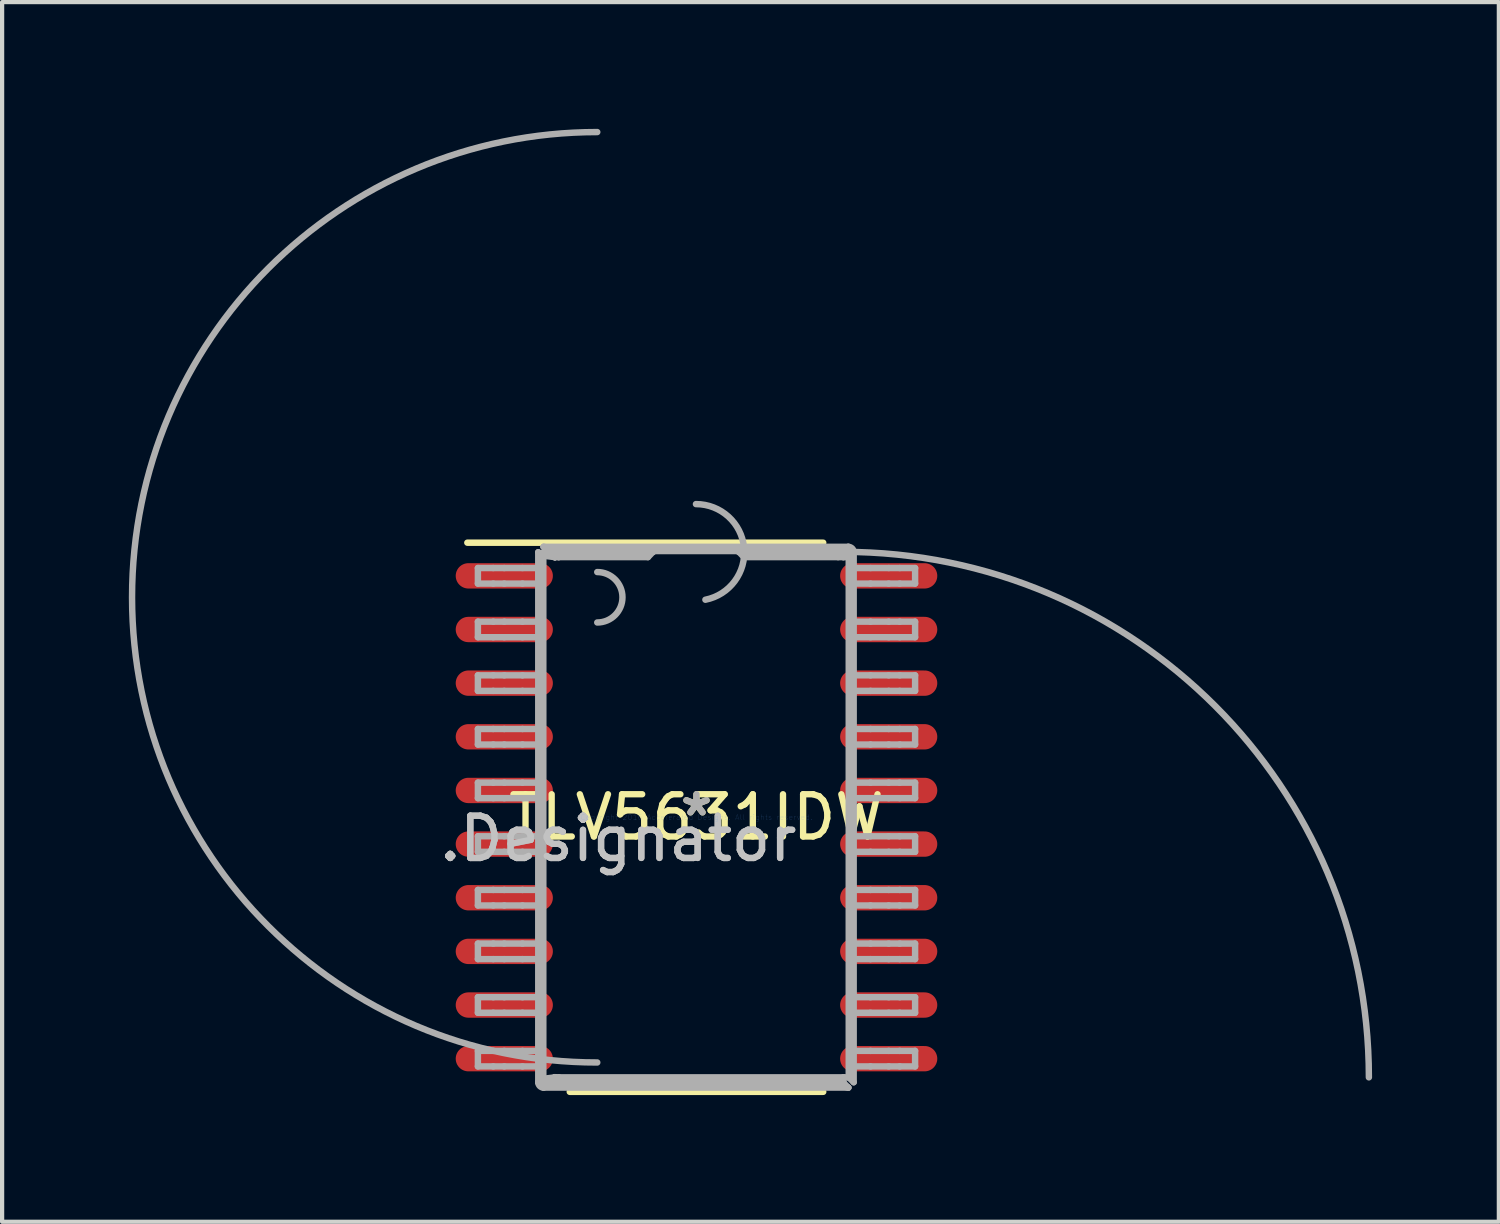
<source format=kicad_pcb>
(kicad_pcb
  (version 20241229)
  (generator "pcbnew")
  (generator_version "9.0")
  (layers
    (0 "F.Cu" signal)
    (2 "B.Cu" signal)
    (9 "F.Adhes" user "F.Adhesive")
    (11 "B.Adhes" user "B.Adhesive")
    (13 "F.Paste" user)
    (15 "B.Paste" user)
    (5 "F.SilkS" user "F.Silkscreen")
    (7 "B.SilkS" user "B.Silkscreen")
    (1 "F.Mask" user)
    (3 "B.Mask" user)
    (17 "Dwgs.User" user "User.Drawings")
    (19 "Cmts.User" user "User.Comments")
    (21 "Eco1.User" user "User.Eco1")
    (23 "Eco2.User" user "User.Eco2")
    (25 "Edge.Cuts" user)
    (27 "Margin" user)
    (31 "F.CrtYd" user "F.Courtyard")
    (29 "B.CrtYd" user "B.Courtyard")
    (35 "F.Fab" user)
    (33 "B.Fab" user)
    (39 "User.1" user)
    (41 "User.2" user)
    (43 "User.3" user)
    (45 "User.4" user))
  (footprint "TLV5631IDW"
    (layer "F.Cu")
    (at 13.438 16.297)
    (property "Reference" "TLV5631IDW" (at 0 0 0) (layer "F.SilkS") (effects (font (size 1 1) (thickness 0.15))))
    (attr through_hole)
    (fp_line (start -5.425 -6.5) (end 3 -6.5) (stroke (width 0.152) (type solid)) (layer "F.SilkS"))
    (fp_line (start -3 6.5) (end 3 6.5) (stroke (width 0.152) (type solid)) (layer "F.SilkS"))
    (fp_line (start -5.175 -5.9) (end -4.811 -5.9) (stroke (width 0.152) (type solid)) (layer "F.Fab"))
    (fp_line (start -5.175 -5.532) (end -5.175 -5.9) (stroke (width 0.152) (type solid)) (layer "F.Fab"))
    (fp_line (start -5.175 -5.532) (end -4.811 -5.532) (stroke (width 0.152) (type solid)) (layer "F.Fab"))
    (fp_line (start -5.175 -4.63) (end -4.811 -4.63) (stroke (width 0.152) (type solid)) (layer "F.Fab"))
    (fp_line (start -5.175 -4.262) (end -5.175 -4.63) (stroke (width 0.152) (type solid)) (layer "F.Fab"))
    (fp_line (start -5.175 -4.262) (end -4.811 -4.262) (stroke (width 0.152) (type solid)) (layer "F.Fab"))
    (fp_line (start -5.175 -3.36) (end -4.811 -3.36) (stroke (width 0.152) (type solid)) (layer "F.Fab"))
    (fp_line (start -5.175 -2.992) (end -5.175 -3.36) (stroke (width 0.152) (type solid)) (layer "F.Fab"))
    (fp_line (start -5.175 -2.992) (end -4.811 -2.992) (stroke (width 0.152) (type solid)) (layer "F.Fab"))
    (fp_line (start -5.175 -2.09) (end -4.811 -2.09) (stroke (width 0.152) (type solid)) (layer "F.Fab"))
    (fp_line (start -5.175 -1.722) (end -5.175 -2.09) (stroke (width 0.152) (type solid)) (layer "F.Fab"))
    (fp_line (start -5.175 -1.722) (end -4.811 -1.722) (stroke (width 0.152) (type solid)) (layer "F.Fab"))
    (fp_line (start -5.175 -0.82) (end -4.811 -0.82) (stroke (width 0.152) (type solid)) (layer "F.Fab"))
    (fp_line (start -5.175 -0.452) (end -5.175 -0.82) (stroke (width 0.152) (type solid)) (layer "F.Fab"))
    (fp_line (start -5.175 -0.452) (end -4.811 -0.452) (stroke (width 0.152) (type solid)) (layer "F.Fab"))
    (fp_line (start -5.175 0.45) (end -4.811 0.45) (stroke (width 0.152) (type solid)) (layer "F.Fab"))
    (fp_line (start -5.175 0.818) (end -5.175 0.45) (stroke (width 0.152) (type solid)) (layer "F.Fab"))
    (fp_line (start -5.175 0.818) (end -4.811 0.818) (stroke (width 0.152) (type solid)) (layer "F.Fab"))
    (fp_line (start -5.175 1.72) (end -4.811 1.72) (stroke (width 0.152) (type solid)) (layer "F.Fab"))
    (fp_line (start -5.175 2.088) (end -5.175 1.72) (stroke (width 0.152) (type solid)) (layer "F.Fab"))
    (fp_line (start -5.175 2.088) (end -4.811 2.088) (stroke (width 0.152) (type solid)) (layer "F.Fab"))
    (fp_line (start -5.175 2.99) (end -4.811 2.99) (stroke (width 0.152) (type solid)) (layer "F.Fab"))
    (fp_line (start -5.175 3.358) (end -5.175 2.99) (stroke (width 0.152) (type solid)) (layer "F.Fab"))
    (fp_line (start -5.175 3.358) (end -4.811 3.358) (stroke (width 0.152) (type solid)) (layer "F.Fab"))
    (fp_line (start -5.175 4.26) (end -4.811 4.26) (stroke (width 0.152) (type solid)) (layer "F.Fab"))
    (fp_line (start -5.175 4.628) (end -5.175 4.26) (stroke (width 0.152) (type solid)) (layer "F.Fab"))
    (fp_line (start -5.175 4.628) (end -4.811 4.628) (stroke (width 0.152) (type solid)) (layer "F.Fab"))
    (fp_line (start -5.175 5.53) (end -4.811 5.53) (stroke (width 0.152) (type solid)) (layer "F.Fab"))
    (fp_line (start -5.175 5.898) (end -5.175 5.53) (stroke (width 0.152) (type solid)) (layer "F.Fab"))
    (fp_line (start -5.175 5.898) (end -4.811 5.898) (stroke (width 0.152) (type solid)) (layer "F.Fab"))
    (fp_line (start -4.811 -5.9) (end -4.551 -5.9) (stroke (width 0.152) (type solid)) (layer "F.Fab"))
    (fp_line (start -4.811 -5.532) (end -4.551 -5.532) (stroke (width 0.152) (type solid)) (layer "F.Fab"))
    (fp_line (start -4.811 -4.63) (end -4.551 -4.63) (stroke (width 0.152) (type solid)) (layer "F.Fab"))
    (fp_line (start -4.811 -4.262) (end -4.551 -4.262) (stroke (width 0.152) (type solid)) (layer "F.Fab"))
    (fp_line (start -4.811 -3.36) (end -4.551 -3.36) (stroke (width 0.152) (type solid)) (layer "F.Fab"))
    (fp_line (start -4.811 -2.992) (end -4.551 -2.992) (stroke (width 0.152) (type solid)) (layer "F.Fab"))
    (fp_line (start -4.811 -2.09) (end -4.551 -2.09) (stroke (width 0.152) (type solid)) (layer "F.Fab"))
    (fp_line (start -4.811 -1.722) (end -4.551 -1.722) (stroke (width 0.152) (type solid)) (layer "F.Fab"))
    (fp_line (start -4.811 -0.82) (end -4.551 -0.82) (stroke (width 0.152) (type solid)) (layer "F.Fab"))
    (fp_line (start -4.811 -0.452) (end -4.551 -0.452) (stroke (width 0.152) (type solid)) (layer "F.Fab"))
    (fp_line (start -4.811 0.45) (end -4.551 0.45) (stroke (width 0.152) (type solid)) (layer "F.Fab"))
    (fp_line (start -4.811 0.818) (end -4.551 0.818) (stroke (width 0.152) (type solid)) (layer "F.Fab"))
    (fp_line (start -4.811 1.72) (end -4.551 1.72) (stroke (width 0.152) (type solid)) (layer "F.Fab"))
    (fp_line (start -4.811 2.088) (end -4.551 2.088) (stroke (width 0.152) (type solid)) (layer "F.Fab"))
    (fp_line (start -4.811 2.99) (end -4.551 2.99) (stroke (width 0.152) (type solid)) (layer "F.Fab"))
    (fp_line (start -4.811 3.358) (end -4.551 3.358) (stroke (width 0.152) (type solid)) (layer "F.Fab"))
    (fp_line (start -4.811 4.26) (end -4.551 4.26) (stroke (width 0.152) (type solid)) (layer "F.Fab"))
    (fp_line (start -4.811 4.628) (end -4.551 4.628) (stroke (width 0.152) (type solid)) (layer "F.Fab"))
    (fp_line (start -4.811 5.53) (end -4.551 5.53) (stroke (width 0.152) (type solid)) (layer "F.Fab"))
    (fp_line (start -4.811 5.898) (end -4.551 5.898) (stroke (width 0.152) (type solid)) (layer "F.Fab"))
    (fp_line (start -4.551 -5.9) (end -4.119 -5.9) (stroke (width 0.152) (type solid)) (layer "F.Fab"))
    (fp_line (start -4.551 -5.532) (end -4.119 -5.532) (stroke (width 0.152) (type solid)) (layer "F.Fab"))
    (fp_line (start -4.551 -4.63) (end -4.119 -4.63) (stroke (width 0.152) (type solid)) (layer "F.Fab"))
    (fp_line (start -4.551 -4.262) (end -4.119 -4.262) (stroke (width 0.152) (type solid)) (layer "F.Fab"))
    (fp_line (start -4.551 -3.36) (end -4.119 -3.36) (stroke (width 0.152) (type solid)) (layer "F.Fab"))
    (fp_line (start -4.551 -2.992) (end -4.119 -2.992) (stroke (width 0.152) (type solid)) (layer "F.Fab"))
    (fp_line (start -4.551 -2.09) (end -4.119 -2.09) (stroke (width 0.152) (type solid)) (layer "F.Fab"))
    (fp_line (start -4.551 -1.722) (end -4.119 -1.722) (stroke (width 0.152) (type solid)) (layer "F.Fab"))
    (fp_line (start -4.551 -0.82) (end -4.119 -0.82) (stroke (width 0.152) (type solid)) (layer "F.Fab"))
    (fp_line (start -4.551 -0.452) (end -4.119 -0.452) (stroke (width 0.152) (type solid)) (layer "F.Fab"))
    (fp_line (start -4.551 0.45) (end -4.119 0.45) (stroke (width 0.152) (type solid)) (layer "F.Fab"))
    (fp_line (start -4.551 0.818) (end -4.119 0.818) (stroke (width 0.152) (type solid)) (layer "F.Fab"))
    (fp_line (start -4.551 1.72) (end -4.119 1.72) (stroke (width 0.152) (type solid)) (layer "F.Fab"))
    (fp_line (start -4.551 2.088) (end -4.119 2.088) (stroke (width 0.152) (type solid)) (layer "F.Fab"))
    (fp_line (start -4.551 2.99) (end -4.119 2.99) (stroke (width 0.152) (type solid)) (layer "F.Fab"))
    (fp_line (start -4.551 3.358) (end -4.119 3.358) (stroke (width 0.152) (type solid)) (layer "F.Fab"))
    (fp_line (start -4.551 4.26) (end -4.119 4.26) (stroke (width 0.152) (type solid)) (layer "F.Fab"))
    (fp_line (start -4.551 4.628) (end -4.119 4.628) (stroke (width 0.152) (type solid)) (layer "F.Fab"))
    (fp_line (start -4.551 5.53) (end -4.119 5.53) (stroke (width 0.152) (type solid)) (layer "F.Fab"))
    (fp_line (start -4.551 5.898) (end -4.119 5.898) (stroke (width 0.152) (type solid)) (layer "F.Fab"))
    (fp_line (start -4.119 -5.9) (end -3.746 -5.9) (stroke (width 0.152) (type solid)) (layer "F.Fab"))
    (fp_line (start -4.119 -5.532) (end -3.746 -5.532) (stroke (width 0.152) (type solid)) (layer "F.Fab"))
    (fp_line (start -4.119 -4.63) (end -3.746 -4.63) (stroke (width 0.152) (type solid)) (layer "F.Fab"))
    (fp_line (start -4.119 -4.262) (end -3.746 -4.262) (stroke (width 0.152) (type solid)) (layer "F.Fab"))
    (fp_line (start -4.119 -3.36) (end -3.746 -3.36) (stroke (width 0.152) (type solid)) (layer "F.Fab"))
    (fp_line (start -4.119 -2.992) (end -3.746 -2.992) (stroke (width 0.152) (type solid)) (layer "F.Fab"))
    (fp_line (start -4.119 -2.09) (end -3.746 -2.09) (stroke (width 0.152) (type solid)) (layer "F.Fab"))
    (fp_line (start -4.119 -1.722) (end -3.746 -1.722) (stroke (width 0.152) (type solid)) (layer "F.Fab"))
    (fp_line (start -4.119 -0.82) (end -3.746 -0.82) (stroke (width 0.152) (type solid)) (layer "F.Fab"))
    (fp_line (start -4.119 -0.452) (end -3.746 -0.452) (stroke (width 0.152) (type solid)) (layer "F.Fab"))
    (fp_line (start -4.119 0.45) (end -3.746 0.45) (stroke (width 0.152) (type solid)) (layer "F.Fab"))
    (fp_line (start -4.119 0.818) (end -3.746 0.818) (stroke (width 0.152) (type solid)) (layer "F.Fab"))
    (fp_line (start -4.119 1.72) (end -3.746 1.72) (stroke (width 0.152) (type solid)) (layer "F.Fab"))
    (fp_line (start -4.119 2.088) (end -3.746 2.088) (stroke (width 0.152) (type solid)) (layer "F.Fab"))
    (fp_line (start -4.119 2.99) (end -3.746 2.99) (stroke (width 0.152) (type solid)) (layer "F.Fab"))
    (fp_line (start -4.119 3.358) (end -3.746 3.358) (stroke (width 0.152) (type solid)) (layer "F.Fab"))
    (fp_line (start -4.119 4.26) (end -3.746 4.26) (stroke (width 0.152) (type solid)) (layer "F.Fab"))
    (fp_line (start -4.119 4.628) (end -3.746 4.628) (stroke (width 0.152) (type solid)) (layer "F.Fab"))
    (fp_line (start -4.119 5.53) (end -3.746 5.53) (stroke (width 0.152) (type solid)) (layer "F.Fab"))
    (fp_line (start -4.119 5.898) (end -3.746 5.898) (stroke (width 0.152) (type solid)) (layer "F.Fab"))
    (fp_line (start -3.746 -6.275) (end -3.663 -6.192) (stroke (width 0.152) (type solid)) (layer "F.Fab"))
    (fp_line (start -3.746 -5.532) (end -3.746 -5.9) (stroke (width 0.152) (type solid)) (layer "F.Fab"))
    (fp_line (start -3.746 6.273) (end -3.746 -6.275) (stroke (width 0.152) (type solid)) (layer "F.Fab"))
    (fp_line (start -3.746 6.273) (end -3.663 6.19) (stroke (width 0.152) (type solid)) (layer "F.Fab"))
    (fp_line (start -3.663 -6.192) (end -3.626 -6.192) (stroke (width 0.152) (type solid)) (layer "F.Fab"))
    (fp_line (start -3.663 6.19) (end -3.663 -6.192) (stroke (width 0.152) (type solid)) (layer "F.Fab"))
    (fp_line (start -3.663 6.19) (end -3.626 6.19) (stroke (width 0.152) (type solid)) (layer "F.Fab"))
    (fp_line (start -3.627 -6.188) (end -3.627 -6.189) (stroke (width 0.152) (type solid)) (layer "F.Fab"))
    (fp_line (start -3.627 6.186) (end -3.627 6.188) (stroke (width 0.152) (type solid)) (layer "F.Fab"))
    (fp_line (start -3.627 -6.189) (end -3.626 -6.191) (stroke (width 0.152) (type solid)) (layer "F.Fab"))
    (fp_line (start -3.627 6.188) (end -3.626 6.19) (stroke (width 0.152) (type solid)) (layer "F.Fab"))
    (fp_line (start -3.626 -6.191) (end -3.626 -6.193) (stroke (width 0.152) (type solid)) (layer "F.Fab"))
    (fp_line (start -3.626 6.19) (end -3.626 6.192) (stroke (width 0.152) (type solid)) (layer "F.Fab"))
    (fp_line (start -3.626 -6.192) (end -3.352 -6.158) (stroke (width 0.152) (type solid)) (layer "F.Fab"))
    (fp_line (start -3.626 6.19) (end -3.626 -6.192) (stroke (width 0.152) (type solid)) (layer "F.Fab"))
    (fp_line (start -3.626 6.19) (end -3.352 6.157) (stroke (width 0.152) (type solid)) (layer "F.Fab"))
    (fp_line (start -3.626 -6.193) (end -3.626 -6.195) (stroke (width 0.152) (type solid)) (layer "F.Fab"))
    (fp_line (start -3.626 6.192) (end -3.626 6.194) (stroke (width 0.152) (type solid)) (layer "F.Fab"))
    (fp_line (start -3.626 -6.195) (end -3.626 -6.197) (stroke (width 0.152) (type solid)) (layer "F.Fab"))
    (fp_line (start -3.626 6.194) (end -3.626 6.196) (stroke (width 0.152) (type solid)) (layer "F.Fab"))
    (fp_line (start -3.626 -6.197) (end -3.626 -6.199) (stroke (width 0.152) (type solid)) (layer "F.Fab"))
    (fp_line (start -3.626 6.196) (end -3.626 6.198) (stroke (width 0.152) (type solid)) (layer "F.Fab"))
    (fp_line (start -3.626 -6.199) (end -3.626 -6.201) (stroke (width 0.152) (type solid)) (layer "F.Fab"))
    (fp_line (start -3.626 6.198) (end -3.626 6.2) (stroke (width 0.152) (type solid)) (layer "F.Fab"))
    (fp_line (start -3.626 -6.201) (end -3.625 -6.203) (stroke (width 0.152) (type solid)) (layer "F.Fab"))
    (fp_line (start -3.626 6.2) (end -3.625 6.202) (stroke (width 0.152) (type solid)) (layer "F.Fab"))
    (fp_line (start -3.625 -6.203) (end -3.625 -6.205) (stroke (width 0.152) (type solid)) (layer "F.Fab"))
    (fp_line (start -3.625 6.202) (end -3.625 6.204) (stroke (width 0.152) (type solid)) (layer "F.Fab"))
    (fp_line (start -3.625 -6.205) (end -3.625 -6.207) (stroke (width 0.152) (type solid)) (layer "F.Fab"))
    (fp_line (start -3.625 6.204) (end -3.625 6.206) (stroke (width 0.152) (type solid)) (layer "F.Fab"))
    (fp_line (start -3.625 -6.207) (end -3.625 -6.209) (stroke (width 0.152) (type solid)) (layer "F.Fab"))
    (fp_line (start -3.625 6.206) (end -3.625 6.208) (stroke (width 0.152) (type solid)) (layer "F.Fab"))
    (fp_line (start -3.625 -6.209) (end -3.624 -6.211) (stroke (width 0.152) (type solid)) (layer "F.Fab"))
    (fp_line (start -3.625 6.208) (end -3.624 6.21) (stroke (width 0.152) (type solid)) (layer "F.Fab"))
    (fp_line (start -3.624 -6.211) (end -3.624 -6.213) (stroke (width 0.152) (type solid)) (layer "F.Fab"))
    (fp_line (start -3.624 6.21) (end -3.624 6.212) (stroke (width 0.152) (type solid)) (layer "F.Fab"))
    (fp_line (start -3.624 -6.213) (end -3.624 -6.215) (stroke (width 0.152) (type solid)) (layer "F.Fab"))
    (fp_line (start -3.624 6.212) (end -3.624 6.213) (stroke (width 0.152) (type solid)) (layer "F.Fab"))
    (fp_line (start -3.624 -6.215) (end -3.623 -6.217) (stroke (width 0.152) (type solid)) (layer "F.Fab"))
    (fp_line (start -3.624 6.213) (end -3.623 6.215) (stroke (width 0.152) (type solid)) (layer "F.Fab"))
    (fp_line (start -3.623 -6.217) (end -3.623 -6.219) (stroke (width 0.152) (type solid)) (layer "F.Fab"))
    (fp_line (start -3.623 6.215) (end -3.623 6.217) (stroke (width 0.152) (type solid)) (layer "F.Fab"))
    (fp_line (start -3.623 -6.219) (end -3.622 -6.221) (stroke (width 0.152) (type solid)) (layer "F.Fab"))
    (fp_line (start -3.623 6.217) (end -3.622 6.219) (stroke (width 0.152) (type solid)) (layer "F.Fab"))
    (fp_line (start -3.622 -6.221) (end -3.622 -6.223) (stroke (width 0.152) (type solid)) (layer "F.Fab"))
    (fp_line (start -3.622 6.219) (end -3.622 6.221) (stroke (width 0.152) (type solid)) (layer "F.Fab"))
    (fp_line (start -3.622 -6.223) (end -3.621 -6.225) (stroke (width 0.152) (type solid)) (layer "F.Fab"))
    (fp_line (start -3.622 6.221) (end -3.621 6.223) (stroke (width 0.152) (type solid)) (layer "F.Fab"))
    (fp_line (start -3.621 -6.225) (end -3.621 -6.227) (stroke (width 0.152) (type solid)) (layer "F.Fab"))
    (fp_line (start -3.621 6.223) (end -3.621 6.225) (stroke (width 0.152) (type solid)) (layer "F.Fab"))
    (fp_line (start -3.621 -6.227) (end -3.62 -6.229) (stroke (width 0.152) (type solid)) (layer "F.Fab"))
    (fp_line (start -3.621 6.225) (end -3.62 6.227) (stroke (width 0.152) (type solid)) (layer "F.Fab"))
    (fp_line (start -3.62 -6.229) (end -3.62 -6.231) (stroke (width 0.152) (type solid)) (layer "F.Fab"))
    (fp_line (start -3.62 6.227) (end -3.62 6.229) (stroke (width 0.152) (type solid)) (layer "F.Fab"))
    (fp_line (start -3.62 -6.231) (end -3.619 -6.232) (stroke (width 0.152) (type solid)) (layer "F.Fab"))
    (fp_line (start -3.62 6.229) (end -3.619 6.231) (stroke (width 0.152) (type solid)) (layer "F.Fab"))
    (fp_line (start -3.62 -6.402) (end -3.537 -6.318) (stroke (width 0.152) (type solid)) (layer "F.Fab"))
    (fp_line (start -3.62 -6.402) (end 3.595 -6.402) (stroke (width 0.152) (type solid)) (layer "F.Fab"))
    (fp_line (start -3.62 6.4) (end -3.537 6.316) (stroke (width 0.152) (type solid)) (layer "F.Fab"))
    (fp_line (start -3.62 6.4) (end 3.595 6.4) (stroke (width 0.152) (type solid)) (layer "F.Fab"))
    (fp_line (start -3.619 -6.232) (end -3.619 -6.234) (stroke (width 0.152) (type solid)) (layer "F.Fab"))
    (fp_line (start -3.619 6.231) (end -3.619 6.233) (stroke (width 0.152) (type solid)) (layer "F.Fab"))
    (fp_line (start -3.619 -6.234) (end -3.618 -6.236) (stroke (width 0.152) (type solid)) (layer "F.Fab"))
    (fp_line (start -3.619 6.233) (end -3.618 6.235) (stroke (width 0.152) (type solid)) (layer "F.Fab"))
    (fp_line (start -3.618 -6.236) (end -3.617 -6.238) (stroke (width 0.152) (type solid)) (layer "F.Fab"))
    (fp_line (start -3.618 6.235) (end -3.617 6.236) (stroke (width 0.152) (type solid)) (layer "F.Fab"))
    (fp_line (start -3.617 -6.238) (end -3.617 -6.24) (stroke (width 0.152) (type solid)) (layer "F.Fab"))
    (fp_line (start -3.617 6.236) (end -3.617 6.238) (stroke (width 0.152) (type solid)) (layer "F.Fab"))
    (fp_line (start -3.617 -6.24) (end -3.616 -6.242) (stroke (width 0.152) (type solid)) (layer "F.Fab"))
    (fp_line (start -3.617 6.238) (end -3.616 6.24) (stroke (width 0.152) (type solid)) (layer "F.Fab"))
    (fp_line (start -3.616 -6.242) (end -3.615 -6.244) (stroke (width 0.152) (type solid)) (layer "F.Fab"))
    (fp_line (start -3.616 6.24) (end -3.615 6.242) (stroke (width 0.152) (type solid)) (layer "F.Fab"))
    (fp_line (start -3.615 -6.244) (end -3.615 -6.245) (stroke (width 0.152) (type solid)) (layer "F.Fab"))
    (fp_line (start -3.615 6.242) (end -3.615 6.244) (stroke (width 0.152) (type solid)) (layer "F.Fab"))
    (fp_line (start -3.615 -6.245) (end -3.614 -6.247) (stroke (width 0.152) (type solid)) (layer "F.Fab"))
    (fp_line (start -3.615 6.244) (end -3.614 6.245) (stroke (width 0.152) (type solid)) (layer "F.Fab"))
    (fp_line (start -3.614 -6.247) (end -3.613 -6.249) (stroke (width 0.152) (type solid)) (layer "F.Fab"))
    (fp_line (start -3.614 6.245) (end -3.613 6.247) (stroke (width 0.152) (type solid)) (layer "F.Fab"))
    (fp_line (start -3.613 -6.249) (end -3.613 -6.251) (stroke (width 0.152) (type solid)) (layer "F.Fab"))
    (fp_line (start -3.613 6.247) (end -3.613 6.249) (stroke (width 0.152) (type solid)) (layer "F.Fab"))
    (fp_line (start -3.613 -6.251) (end -3.612 -6.253) (stroke (width 0.152) (type solid)) (layer "F.Fab"))
    (fp_line (start -3.613 6.249) (end -3.612 6.251) (stroke (width 0.152) (type solid)) (layer "F.Fab"))
    (fp_line (start -3.612 -6.253) (end -3.611 -6.254) (stroke (width 0.152) (type solid)) (layer "F.Fab"))
    (fp_line (start -3.612 6.251) (end -3.611 6.253) (stroke (width 0.152) (type solid)) (layer "F.Fab"))
    (fp_line (start -3.611 -6.254) (end -3.61 -6.256) (stroke (width 0.152) (type solid)) (layer "F.Fab"))
    (fp_line (start -3.611 6.253) (end -3.61 6.254) (stroke (width 0.152) (type solid)) (layer "F.Fab"))
    (fp_line (start -3.61 -6.256) (end -3.609 -6.258) (stroke (width 0.152) (type solid)) (layer "F.Fab"))
    (fp_line (start -3.61 6.254) (end -3.609 6.256) (stroke (width 0.152) (type solid)) (layer "F.Fab"))
    (fp_line (start -3.609 -6.258) (end -3.609 -6.259) (stroke (width 0.152) (type solid)) (layer "F.Fab"))
    (fp_line (start -3.609 6.256) (end -3.609 6.258) (stroke (width 0.152) (type solid)) (layer "F.Fab"))
    (fp_line (start -3.609 -6.259) (end -3.608 -6.261) (stroke (width 0.152) (type solid)) (layer "F.Fab"))
    (fp_line (start -3.609 6.258) (end -3.608 6.259) (stroke (width 0.152) (type solid)) (layer "F.Fab"))
    (fp_line (start -3.608 -6.261) (end -3.607 -6.263) (stroke (width 0.152) (type solid)) (layer "F.Fab"))
    (fp_line (start -3.608 6.259) (end -3.607 6.261) (stroke (width 0.152) (type solid)) (layer "F.Fab"))
    (fp_line (start -3.607 -6.263) (end -3.606 -6.264) (stroke (width 0.152) (type solid)) (layer "F.Fab"))
    (fp_line (start -3.607 6.261) (end -3.606 6.263) (stroke (width 0.152) (type solid)) (layer "F.Fab"))
    (fp_line (start -3.606 -6.264) (end -3.605 -6.266) (stroke (width 0.152) (type solid)) (layer "F.Fab"))
    (fp_line (start -3.606 6.263) (end -3.605 6.264) (stroke (width 0.152) (type solid)) (layer "F.Fab"))
    (fp_line (start -3.605 -6.266) (end -3.604 -6.268) (stroke (width 0.152) (type solid)) (layer "F.Fab"))
    (fp_line (start -3.605 6.264) (end -3.604 6.266) (stroke (width 0.152) (type solid)) (layer "F.Fab"))
    (fp_line (start -3.604 -6.268) (end -3.603 -6.269) (stroke (width 0.152) (type solid)) (layer "F.Fab"))
    (fp_line (start -3.604 6.266) (end -3.603 6.267) (stroke (width 0.152) (type solid)) (layer "F.Fab"))
    (fp_line (start -3.603 -6.269) (end -3.602 -6.271) (stroke (width 0.152) (type solid)) (layer "F.Fab"))
    (fp_line (start -3.603 6.267) (end -3.602 6.269) (stroke (width 0.152) (type solid)) (layer "F.Fab"))
    (fp_line (start -3.602 -6.271) (end -3.601 -6.272) (stroke (width 0.152) (type solid)) (layer "F.Fab"))
    (fp_line (start -3.602 6.269) (end -3.601 6.271) (stroke (width 0.152) (type solid)) (layer "F.Fab"))
    (fp_line (start -3.601 -6.272) (end -3.6 -6.274) (stroke (width 0.152) (type solid)) (layer "F.Fab"))
    (fp_line (start -3.601 6.271) (end -3.6 6.272) (stroke (width 0.152) (type solid)) (layer "F.Fab"))
    (fp_line (start -3.6 -6.274) (end -3.599 -6.275) (stroke (width 0.152) (type solid)) (layer "F.Fab"))
    (fp_line (start -3.6 6.272) (end -3.599 6.274) (stroke (width 0.152) (type solid)) (layer "F.Fab"))
    (fp_line (start -3.599 -6.275) (end -3.598 -6.277) (stroke (width 0.152) (type solid)) (layer "F.Fab"))
    (fp_line (start -3.599 6.274) (end -3.598 6.275) (stroke (width 0.152) (type solid)) (layer "F.Fab"))
    (fp_line (start -3.598 -6.277) (end -3.597 -6.278) (stroke (width 0.152) (type solid)) (layer "F.Fab"))
    (fp_line (start -3.598 6.275) (end -3.597 6.277) (stroke (width 0.152) (type solid)) (layer "F.Fab"))
    (fp_line (start -3.597 -6.278) (end -3.596 -6.28) (stroke (width 0.152) (type solid)) (layer "F.Fab"))
    (fp_line (start -3.597 6.277) (end -3.596 6.278) (stroke (width 0.152) (type solid)) (layer "F.Fab"))
    (fp_line (start -3.596 -6.28) (end -3.595 -6.281) (stroke (width 0.152) (type solid)) (layer "F.Fab"))
    (fp_line (start -3.596 6.278) (end -3.595 6.279) (stroke (width 0.152) (type solid)) (layer "F.Fab"))
    (fp_line (start -3.595 -6.281) (end -3.594 -6.283) (stroke (width 0.152) (type solid)) (layer "F.Fab"))
    (fp_line (start -3.595 6.279) (end -3.594 6.281) (stroke (width 0.152) (type solid)) (layer "F.Fab"))
    (fp_line (start -3.594 -6.283) (end -3.593 -6.284) (stroke (width 0.152) (type solid)) (layer "F.Fab"))
    (fp_line (start -3.594 6.281) (end -3.593 6.282) (stroke (width 0.152) (type solid)) (layer "F.Fab"))
    (fp_line (start -3.593 -6.284) (end -3.592 -6.285) (stroke (width 0.152) (type solid)) (layer "F.Fab"))
    (fp_line (start -3.593 6.282) (end -3.592 6.284) (stroke (width 0.152) (type solid)) (layer "F.Fab"))
    (fp_line (start -3.592 -6.285) (end -3.591 -6.287) (stroke (width 0.152) (type solid)) (layer "F.Fab"))
    (fp_line (start -3.592 6.284) (end -3.591 6.285) (stroke (width 0.152) (type solid)) (layer "F.Fab"))
    (fp_line (start -3.591 -6.287) (end -3.589 -6.288) (stroke (width 0.152) (type solid)) (layer "F.Fab"))
    (fp_line (start -3.591 6.285) (end -3.589 6.286) (stroke (width 0.152) (type solid)) (layer "F.Fab"))
    (fp_line (start -3.589 -6.288) (end -3.588 -6.289) (stroke (width 0.152) (type solid)) (layer "F.Fab"))
    (fp_line (start -3.589 6.286) (end -3.588 6.287) (stroke (width 0.152) (type solid)) (layer "F.Fab"))
    (fp_line (start -3.588 -6.289) (end -3.587 -6.29) (stroke (width 0.152) (type solid)) (layer "F.Fab"))
    (fp_line (start -3.588 6.287) (end -3.587 6.289) (stroke (width 0.152) (type solid)) (layer "F.Fab"))
    (fp_line (start -3.587 -6.29) (end -3.586 -6.292) (stroke (width 0.152) (type solid)) (layer "F.Fab"))
    (fp_line (start -3.587 6.289) (end -3.586 6.29) (stroke (width 0.152) (type solid)) (layer "F.Fab"))
    (fp_line (start -3.586 -6.292) (end -3.585 -6.293) (stroke (width 0.152) (type solid)) (layer "F.Fab"))
    (fp_line (start -3.586 6.29) (end -3.585 6.291) (stroke (width 0.152) (type solid)) (layer "F.Fab"))
    (fp_line (start -3.585 -6.293) (end -3.583 -6.294) (stroke (width 0.152) (type solid)) (layer "F.Fab"))
    (fp_line (start -3.585 6.291) (end -3.583 6.292) (stroke (width 0.152) (type solid)) (layer "F.Fab"))
    (fp_line (start -3.583 -6.294) (end -3.582 -6.295) (stroke (width 0.152) (type solid)) (layer "F.Fab"))
    (fp_line (start -3.583 6.292) (end -3.582 6.294) (stroke (width 0.152) (type solid)) (layer "F.Fab"))
    (fp_line (start -3.582 -6.295) (end -3.581 -6.296) (stroke (width 0.152) (type solid)) (layer "F.Fab"))
    (fp_line (start -3.582 6.294) (end -3.581 6.295) (stroke (width 0.152) (type solid)) (layer "F.Fab"))
    (fp_line (start -3.581 -6.296) (end -3.58 -6.297) (stroke (width 0.152) (type solid)) (layer "F.Fab"))
    (fp_line (start -3.581 6.295) (end -3.58 6.296) (stroke (width 0.152) (type solid)) (layer "F.Fab"))
    (fp_line (start -3.58 -6.297) (end -3.579 -6.299) (stroke (width 0.152) (type solid)) (layer "F.Fab"))
    (fp_line (start -3.58 6.296) (end -3.579 6.297) (stroke (width 0.152) (type solid)) (layer "F.Fab"))
    (fp_line (start -3.579 -6.299) (end -3.577 -6.3) (stroke (width 0.152) (type solid)) (layer "F.Fab"))
    (fp_line (start -3.579 6.297) (end -3.577 6.298) (stroke (width 0.152) (type solid)) (layer "F.Fab"))
    (fp_line (start -3.577 -6.3) (end -3.576 -6.301) (stroke (width 0.152) (type solid)) (layer "F.Fab"))
    (fp_line (start -3.577 6.298) (end -3.576 6.299) (stroke (width 0.152) (type solid)) (layer "F.Fab"))
    (fp_line (start -3.576 -6.301) (end -3.575 -6.302) (stroke (width 0.152) (type solid)) (layer "F.Fab"))
    (fp_line (start -3.576 6.299) (end -3.575 6.3) (stroke (width 0.152) (type solid)) (layer "F.Fab"))
    (fp_line (start -3.575 -6.302) (end -3.573 -6.303) (stroke (width 0.152) (type solid)) (layer "F.Fab"))
    (fp_line (start -3.575 6.3) (end -3.573 6.301) (stroke (width 0.152) (type solid)) (layer "F.Fab"))
    (fp_line (start -3.573 -6.303) (end -3.572 -6.304) (stroke (width 0.152) (type solid)) (layer "F.Fab"))
    (fp_line (start -3.573 6.301) (end -3.572 6.302) (stroke (width 0.152) (type solid)) (layer "F.Fab"))
    (fp_line (start -3.572 -6.304) (end -3.571 -6.305) (stroke (width 0.152) (type solid)) (layer "F.Fab"))
    (fp_line (start -3.572 6.302) (end -3.571 6.303) (stroke (width 0.152) (type solid)) (layer "F.Fab"))
    (fp_line (start -3.571 -6.305) (end -3.57 -6.305) (stroke (width 0.152) (type solid)) (layer "F.Fab"))
    (fp_line (start -3.571 6.303) (end -3.57 6.304) (stroke (width 0.152) (type solid)) (layer "F.Fab"))
    (fp_line (start -3.57 -6.305) (end -3.568 -6.306) (stroke (width 0.152) (type solid)) (layer "F.Fab"))
    (fp_line (start -3.57 6.304) (end -3.568 6.305) (stroke (width 0.152) (type solid)) (layer "F.Fab"))
    (fp_line (start -3.568 -6.306) (end -3.567 -6.307) (stroke (width 0.152) (type solid)) (layer "F.Fab"))
    (fp_line (start -3.568 6.305) (end -3.567 6.305) (stroke (width 0.152) (type solid)) (layer "F.Fab"))
    (fp_line (start -3.567 -6.307) (end -3.566 -6.308) (stroke (width 0.152) (type solid)) (layer "F.Fab"))
    (fp_line (start -3.567 6.305) (end -3.566 6.306) (stroke (width 0.152) (type solid)) (layer "F.Fab"))
    (fp_line (start -3.566 -6.308) (end -3.564 -6.309) (stroke (width 0.152) (type solid)) (layer "F.Fab"))
    (fp_line (start -3.566 6.306) (end -3.564 6.307) (stroke (width 0.152) (type solid)) (layer "F.Fab"))
    (fp_line (start -3.564 -6.309) (end -3.563 -6.309) (stroke (width 0.152) (type solid)) (layer "F.Fab"))
    (fp_line (start -3.564 6.307) (end -3.563 6.308) (stroke (width 0.152) (type solid)) (layer "F.Fab"))
    (fp_line (start -3.563 -6.309) (end -3.562 -6.31) (stroke (width 0.152) (type solid)) (layer "F.Fab"))
    (fp_line (start -3.563 6.308) (end -3.562 6.308) (stroke (width 0.152) (type solid)) (layer "F.Fab"))
    (fp_line (start -3.562 -6.31) (end -3.56 -6.311) (stroke (width 0.152) (type solid)) (layer "F.Fab"))
    (fp_line (start -3.562 6.308) (end -3.56 6.309) (stroke (width 0.152) (type solid)) (layer "F.Fab"))
    (fp_line (start -3.56 -6.311) (end -3.559 -6.312) (stroke (width 0.152) (type solid)) (layer "F.Fab"))
    (fp_line (start -3.56 6.309) (end -3.559 6.31) (stroke (width 0.152) (type solid)) (layer "F.Fab"))
    (fp_line (start -3.559 -6.312) (end -3.557 -6.312) (stroke (width 0.152) (type solid)) (layer "F.Fab"))
    (fp_line (start -3.559 6.31) (end -3.557 6.31) (stroke (width 0.152) (type solid)) (layer "F.Fab"))
    (fp_line (start -3.557 -6.312) (end -3.556 -6.313) (stroke (width 0.152) (type solid)) (layer "F.Fab"))
    (fp_line (start -3.557 6.31) (end -3.556 6.311) (stroke (width 0.152) (type solid)) (layer "F.Fab"))
    (fp_line (start -3.556 -6.313) (end -3.555 -6.313) (stroke (width 0.152) (type solid)) (layer "F.Fab"))
    (fp_line (start -3.556 6.311) (end -3.555 6.312) (stroke (width 0.152) (type solid)) (layer "F.Fab"))
    (fp_line (start -3.555 -6.313) (end -3.553 -6.314) (stroke (width 0.152) (type solid)) (layer "F.Fab"))
    (fp_line (start -3.555 6.312) (end -3.553 6.312) (stroke (width 0.152) (type solid)) (layer "F.Fab"))
    (fp_line (start -3.553 -6.314) (end -3.552 -6.314) (stroke (width 0.152) (type solid)) (layer "F.Fab"))
    (fp_line (start -3.553 6.312) (end -3.552 6.313) (stroke (width 0.152) (type solid)) (layer "F.Fab"))
    (fp_line (start -3.552 -6.314) (end -3.55 -6.315) (stroke (width 0.152) (type solid)) (layer "F.Fab"))
    (fp_line (start -3.552 6.313) (end -3.55 6.313) (stroke (width 0.152) (type solid)) (layer "F.Fab"))
    (fp_line (start -3.55 -6.315) (end -3.549 -6.315) (stroke (width 0.152) (type solid)) (layer "F.Fab"))
    (fp_line (start -3.55 6.313) (end -3.549 6.314) (stroke (width 0.152) (type solid)) (layer "F.Fab"))
    (fp_line (start -3.549 -6.315) (end -3.548 -6.316) (stroke (width 0.152) (type solid)) (layer "F.Fab"))
    (fp_line (start -3.549 6.314) (end -3.548 6.314) (stroke (width 0.152) (type solid)) (layer "F.Fab"))
    (fp_line (start -3.548 -6.316) (end -3.546 -6.316) (stroke (width 0.152) (type solid)) (layer "F.Fab"))
    (fp_line (start -3.548 6.314) (end -3.546 6.315) (stroke (width 0.152) (type solid)) (layer "F.Fab"))
    (fp_line (start -3.546 -6.316) (end -3.545 -6.317) (stroke (width 0.152) (type solid)) (layer "F.Fab"))
    (fp_line (start -3.546 6.315) (end -3.545 6.315) (stroke (width 0.152) (type solid)) (layer "F.Fab"))
    (fp_line (start -3.545 -6.317) (end -3.543 -6.317) (stroke (width 0.152) (type solid)) (layer "F.Fab"))
    (fp_line (start -3.545 6.315) (end -3.543 6.315) (stroke (width 0.152) (type solid)) (layer "F.Fab"))
    (fp_line (start -3.543 -6.317) (end -3.542 -6.317) (stroke (width 0.152) (type solid)) (layer "F.Fab"))
    (fp_line (start -3.543 6.315) (end -3.542 6.316) (stroke (width 0.152) (type solid)) (layer "F.Fab"))
    (fp_line (start -3.542 -6.317) (end -3.541 -6.318) (stroke (width 0.152) (type solid)) (layer "F.Fab"))
    (fp_line (start -3.542 6.316) (end -3.541 6.316) (stroke (width 0.152) (type solid)) (layer "F.Fab"))
    (fp_line (start -3.541 -6.318) (end -3.539 -6.318) (stroke (width 0.152) (type solid)) (layer "F.Fab"))
    (fp_line (start -3.541 6.316) (end -3.539 6.316) (stroke (width 0.152) (type solid)) (layer "F.Fab"))
    (fp_line (start -3.539 -6.318) (end -3.538 -6.318) (stroke (width 0.152) (type solid)) (layer "F.Fab"))
    (fp_line (start -3.539 6.316) (end -3.538 6.316) (stroke (width 0.152) (type solid)) (layer "F.Fab"))
    (fp_line (start -3.538 -6.318) (end -3.536 -6.318) (stroke (width 0.152) (type solid)) (layer "F.Fab"))
    (fp_line (start -3.538 6.316) (end -3.536 6.316) (stroke (width 0.152) (type solid)) (layer "F.Fab"))
    (fp_line (start -3.537 -6.318) (end -3.262 -6.284) (stroke (width 0.152) (type solid)) (layer "F.Fab"))
    (fp_line (start -3.537 6.316) (end -3.262 6.283) (stroke (width 0.152) (type solid)) (layer "F.Fab"))
    (fp_line (start -3.536 -6.318) (end -3.535 -6.318) (stroke (width 0.152) (type solid)) (layer "F.Fab"))
    (fp_line (start -3.536 6.316) (end -3.535 6.317) (stroke (width 0.152) (type solid)) (layer "F.Fab"))
    (fp_line (start -3.535 -6.318) (end -3.534 -6.318) (stroke (width 0.152) (type solid)) (layer "F.Fab"))
    (fp_line (start -3.535 6.317) (end -3.534 6.317) (stroke (width 0.152) (type solid)) (layer "F.Fab"))
    (fp_line (start -3.534 -6.318) (end -3.532 -6.318) (stroke (width 0.152) (type solid)) (layer "F.Fab"))
    (fp_line (start -3.534 6.317) (end -3.532 6.317) (stroke (width 0.152) (type solid)) (layer "F.Fab"))
    (fp_line (start -3.352 -6.154) (end -3.352 -6.156) (stroke (width 0.152) (type solid)) (layer "F.Fab"))
    (fp_line (start -3.352 6.152) (end -3.352 6.154) (stroke (width 0.152) (type solid)) (layer "F.Fab"))
    (fp_line (start -3.352 -6.156) (end -3.352 -6.158) (stroke (width 0.152) (type solid)) (layer "F.Fab"))
    (fp_line (start -3.352 6.154) (end -3.352 6.156) (stroke (width 0.152) (type solid)) (layer "F.Fab"))
    (fp_line (start -3.352 -6.158) (end -3.352 -6.16) (stroke (width 0.152) (type solid)) (layer "F.Fab"))
    (fp_line (start -3.352 6.156) (end -3.352 6.158) (stroke (width 0.152) (type solid)) (layer "F.Fab"))
    (fp_line (start -3.352 -6.158) (end -3.262 -6.158) (stroke (width 0.152) (type solid)) (layer "F.Fab"))
    (fp_line (start -3.352 6.157) (end -3.262 6.157) (stroke (width 0.152) (type solid)) (layer "F.Fab"))
    (fp_line (start -3.352 -6.16) (end -3.351 -6.162) (stroke (width 0.152) (type solid)) (layer "F.Fab"))
    (fp_line (start -3.352 6.158) (end -3.351 6.16) (stroke (width 0.152) (type solid)) (layer "F.Fab"))
    (fp_line (start -3.351 -6.162) (end -3.351 -6.164) (stroke (width 0.152) (type solid)) (layer "F.Fab"))
    (fp_line (start -3.351 6.16) (end -3.351 6.162) (stroke (width 0.152) (type solid)) (layer "F.Fab"))
    (fp_line (start -3.351 -6.164) (end -3.351 -6.166) (stroke (width 0.152) (type solid)) (layer "F.Fab"))
    (fp_line (start -3.351 6.162) (end -3.351 6.164) (stroke (width 0.152) (type solid)) (layer "F.Fab"))
    (fp_line (start -3.351 -6.166) (end -3.351 -6.168) (stroke (width 0.152) (type solid)) (layer "F.Fab"))
    (fp_line (start -3.351 6.164) (end -3.351 6.166) (stroke (width 0.152) (type solid)) (layer "F.Fab"))
    (fp_line (start -3.351 -6.168) (end -3.351 -6.17) (stroke (width 0.152) (type solid)) (layer "F.Fab"))
    (fp_line (start -3.351 6.166) (end -3.351 6.168) (stroke (width 0.152) (type solid)) (layer "F.Fab"))
    (fp_line (start -3.351 -6.17) (end -3.35 -6.172) (stroke (width 0.152) (type solid)) (layer "F.Fab"))
    (fp_line (start -3.351 6.168) (end -3.35 6.17) (stroke (width 0.152) (type solid)) (layer "F.Fab"))
    (fp_line (start -3.35 -6.172) (end -3.35 -6.174) (stroke (width 0.152) (type solid)) (layer "F.Fab"))
    (fp_line (start -3.35 6.17) (end -3.35 6.172) (stroke (width 0.152) (type solid)) (layer "F.Fab"))
    (fp_line (start -3.35 -6.174) (end -3.35 -6.176) (stroke (width 0.152) (type solid)) (layer "F.Fab"))
    (fp_line (start -3.35 6.172) (end -3.35 6.174) (stroke (width 0.152) (type solid)) (layer "F.Fab"))
    (fp_line (start -3.35 -6.176) (end -3.349 -6.178) (stroke (width 0.152) (type solid)) (layer "F.Fab"))
    (fp_line (start -3.35 6.174) (end -3.349 6.176) (stroke (width 0.152) (type solid)) (layer "F.Fab"))
    (fp_line (start -3.349 -6.178) (end -3.349 -6.179) (stroke (width 0.152) (type solid)) (layer "F.Fab"))
    (fp_line (start -3.349 6.176) (end -3.349 6.178) (stroke (width 0.152) (type solid)) (layer "F.Fab"))
    (fp_line (start -3.349 -6.179) (end -3.349 -6.181) (stroke (width 0.152) (type solid)) (layer "F.Fab"))
    (fp_line (start -3.349 6.178) (end -3.349 6.18) (stroke (width 0.152) (type solid)) (layer "F.Fab"))
    (fp_line (start -3.349 -6.181) (end -3.348 -6.183) (stroke (width 0.152) (type solid)) (layer "F.Fab"))
    (fp_line (start -3.349 6.18) (end -3.348 6.182) (stroke (width 0.152) (type solid)) (layer "F.Fab"))
    (fp_line (start -3.348 -6.183) (end -3.348 -6.185) (stroke (width 0.152) (type solid)) (layer "F.Fab"))
    (fp_line (start -3.348 6.182) (end -3.348 6.184) (stroke (width 0.152) (type solid)) (layer "F.Fab"))
    (fp_line (start -3.348 -6.185) (end -3.347 -6.187) (stroke (width 0.152) (type solid)) (layer "F.Fab"))
    (fp_line (start -3.348 6.184) (end -3.347 6.186) (stroke (width 0.152) (type solid)) (layer "F.Fab"))
    (fp_line (start -3.347 -6.187) (end -3.347 -6.189) (stroke (width 0.152) (type solid)) (layer "F.Fab"))
    (fp_line (start -3.347 6.186) (end -3.347 6.188) (stroke (width 0.152) (type solid)) (layer "F.Fab"))
    (fp_line (start -3.347 -6.189) (end -3.347 -6.191) (stroke (width 0.152) (type solid)) (layer "F.Fab"))
    (fp_line (start -3.347 6.188) (end -3.347 6.189) (stroke (width 0.152) (type solid)) (layer "F.Fab"))
    (fp_line (start -3.347 -6.191) (end -3.346 -6.193) (stroke (width 0.152) (type solid)) (layer "F.Fab"))
    (fp_line (start -3.347 6.189) (end -3.346 6.191) (stroke (width 0.152) (type solid)) (layer "F.Fab"))
    (fp_line (start -3.346 -6.193) (end -3.346 -6.195) (stroke (width 0.152) (type solid)) (layer "F.Fab"))
    (fp_line (start -3.346 6.191) (end -3.346 6.193) (stroke (width 0.152) (type solid)) (layer "F.Fab"))
    (fp_line (start -3.346 -6.195) (end -3.345 -6.197) (stroke (width 0.152) (type solid)) (layer "F.Fab"))
    (fp_line (start -3.346 6.193) (end -3.345 6.195) (stroke (width 0.152) (type solid)) (layer "F.Fab"))
    (fp_line (start -3.345 -6.197) (end -3.344 -6.199) (stroke (width 0.152) (type solid)) (layer "F.Fab"))
    (fp_line (start -3.345 6.195) (end -3.344 6.197) (stroke (width 0.152) (type solid)) (layer "F.Fab"))
    (fp_line (start -3.344 -6.199) (end -3.344 -6.201) (stroke (width 0.152) (type solid)) (layer "F.Fab"))
    (fp_line (start -3.344 6.197) (end -3.344 6.199) (stroke (width 0.152) (type solid)) (layer "F.Fab"))
    (fp_line (start -3.344 -6.201) (end -3.343 -6.202) (stroke (width 0.152) (type solid)) (layer "F.Fab"))
    (fp_line (start -3.344 6.199) (end -3.343 6.201) (stroke (width 0.152) (type solid)) (layer "F.Fab"))
    (fp_line (start -3.343 -6.202) (end -3.343 -6.204) (stroke (width 0.152) (type solid)) (layer "F.Fab"))
    (fp_line (start -3.343 6.201) (end -3.343 6.203) (stroke (width 0.152) (type solid)) (layer "F.Fab"))
    (fp_line (start -3.343 -6.204) (end -3.342 -6.206) (stroke (width 0.152) (type solid)) (layer "F.Fab"))
    (fp_line (start -3.343 6.203) (end -3.342 6.204) (stroke (width 0.152) (type solid)) (layer "F.Fab"))
    (fp_line (start -3.342 -6.206) (end -3.341 -6.208) (stroke (width 0.152) (type solid)) (layer "F.Fab"))
    (fp_line (start -3.342 6.204) (end -3.341 6.206) (stroke (width 0.152) (type solid)) (layer "F.Fab"))
    (fp_line (start -3.341 -6.208) (end -3.341 -6.21) (stroke (width 0.152) (type solid)) (layer "F.Fab"))
    (fp_line (start -3.341 6.206) (end -3.341 6.208) (stroke (width 0.152) (type solid)) (layer "F.Fab"))
    (fp_line (start -3.341 -6.21) (end -3.34 -6.212) (stroke (width 0.152) (type solid)) (layer "F.Fab"))
    (fp_line (start -3.341 6.208) (end -3.34 6.21) (stroke (width 0.152) (type solid)) (layer "F.Fab"))
    (fp_line (start -3.34 -6.212) (end -3.339 -6.213) (stroke (width 0.152) (type solid)) (layer "F.Fab"))
    (fp_line (start -3.34 6.21) (end -3.339 6.212) (stroke (width 0.152) (type solid)) (layer "F.Fab"))
    (fp_line (start -3.339 -6.213) (end -3.339 -6.215) (stroke (width 0.152) (type solid)) (layer "F.Fab"))
    (fp_line (start -3.339 6.212) (end -3.339 6.214) (stroke (width 0.152) (type solid)) (layer "F.Fab"))
    (fp_line (start -3.339 -6.215) (end -3.338 -6.217) (stroke (width 0.152) (type solid)) (layer "F.Fab"))
    (fp_line (start -3.339 6.214) (end -3.338 6.215) (stroke (width 0.152) (type solid)) (layer "F.Fab"))
    (fp_line (start -3.338 -6.217) (end -3.337 -6.219) (stroke (width 0.152) (type solid)) (layer "F.Fab"))
    (fp_line (start -3.338 6.215) (end -3.337 6.217) (stroke (width 0.152) (type solid)) (layer "F.Fab"))
    (fp_line (start -3.337 -6.219) (end -3.336 -6.22) (stroke (width 0.152) (type solid)) (layer "F.Fab"))
    (fp_line (start -3.337 6.217) (end -3.336 6.219) (stroke (width 0.152) (type solid)) (layer "F.Fab"))
    (fp_line (start -3.336 -6.22) (end -3.335 -6.222) (stroke (width 0.152) (type solid)) (layer "F.Fab"))
    (fp_line (start -3.336 6.219) (end -3.335 6.221) (stroke (width 0.152) (type solid)) (layer "F.Fab"))
    (fp_line (start -3.335 -6.222) (end -3.335 -6.224) (stroke (width 0.152) (type solid)) (layer "F.Fab"))
    (fp_line (start -3.335 6.221) (end -3.335 6.222) (stroke (width 0.152) (type solid)) (layer "F.Fab"))
    (fp_line (start -3.335 -6.224) (end -3.334 -6.226) (stroke (width 0.152) (type solid)) (layer "F.Fab"))
    (fp_line (start -3.335 6.222) (end -3.334 6.224) (stroke (width 0.152) (type solid)) (layer "F.Fab"))
    (fp_line (start -3.334 -6.226) (end -3.333 -6.227) (stroke (width 0.152) (type solid)) (layer "F.Fab"))
    (fp_line (start -3.334 6.224) (end -3.333 6.226) (stroke (width 0.152) (type solid)) (layer "F.Fab"))
    (fp_line (start -3.333 -6.227) (end -3.332 -6.229) (stroke (width 0.152) (type solid)) (layer "F.Fab"))
    (fp_line (start -3.333 6.226) (end -3.332 6.227) (stroke (width 0.152) (type solid)) (layer "F.Fab"))
    (fp_line (start -3.332 -6.229) (end -3.331 -6.231) (stroke (width 0.152) (type solid)) (layer "F.Fab"))
    (fp_line (start -3.332 6.227) (end -3.331 6.229) (stroke (width 0.152) (type solid)) (layer "F.Fab"))
    (fp_line (start -3.331 -6.231) (end -3.33 -6.232) (stroke (width 0.152) (type solid)) (layer "F.Fab"))
    (fp_line (start -3.331 6.229) (end -3.33 6.231) (stroke (width 0.152) (type solid)) (layer "F.Fab"))
    (fp_line (start -3.33 -6.232) (end -3.329 -6.234) (stroke (width 0.152) (type solid)) (layer "F.Fab"))
    (fp_line (start -3.33 6.231) (end -3.329 6.232) (stroke (width 0.152) (type solid)) (layer "F.Fab"))
    (fp_line (start -3.329 -6.234) (end -3.328 -6.235) (stroke (width 0.152) (type solid)) (layer "F.Fab"))
    (fp_line (start -3.329 6.232) (end -3.328 6.234) (stroke (width 0.152) (type solid)) (layer "F.Fab"))
    (fp_line (start -3.328 -6.235) (end -3.327 -6.237) (stroke (width 0.152) (type solid)) (layer "F.Fab"))
    (fp_line (start -3.328 6.234) (end -3.327 6.235) (stroke (width 0.152) (type solid)) (layer "F.Fab"))
    (fp_line (start -3.327 -6.237) (end -3.326 -6.239) (stroke (width 0.152) (type solid)) (layer "F.Fab"))
    (fp_line (start -3.327 6.235) (end -3.326 6.237) (stroke (width 0.152) (type solid)) (layer "F.Fab"))
    (fp_line (start -3.326 -6.239) (end -3.325 -6.24) (stroke (width 0.152) (type solid)) (layer "F.Fab"))
    (fp_line (start -3.326 6.237) (end -3.325 6.238) (stroke (width 0.152) (type solid)) (layer "F.Fab"))
    (fp_line (start -3.325 -6.24) (end -3.324 -6.242) (stroke (width 0.152) (type solid)) (layer "F.Fab"))
    (fp_line (start -3.325 6.238) (end -3.324 6.24) (stroke (width 0.152) (type solid)) (layer "F.Fab"))
    (fp_line (start -3.324 -6.242) (end -3.323 -6.243) (stroke (width 0.152) (type solid)) (layer "F.Fab"))
    (fp_line (start -3.324 6.24) (end -3.323 6.241) (stroke (width 0.152) (type solid)) (layer "F.Fab"))
    (fp_line (start -3.323 -6.243) (end -3.322 -6.245) (stroke (width 0.152) (type solid)) (layer "F.Fab"))
    (fp_line (start -3.323 6.241) (end -3.322 6.243) (stroke (width 0.152) (type solid)) (layer "F.Fab"))
    (fp_line (start -3.322 -6.245) (end -3.321 -6.246) (stroke (width 0.152) (type solid)) (layer "F.Fab"))
    (fp_line (start -3.322 6.243) (end -3.321 6.244) (stroke (width 0.152) (type solid)) (layer "F.Fab"))
    (fp_line (start -3.321 -6.246) (end -3.32 -6.247) (stroke (width 0.152) (type solid)) (layer "F.Fab"))
    (fp_line (start -3.321 6.244) (end -3.32 6.246) (stroke (width 0.152) (type solid)) (layer "F.Fab"))
    (fp_line (start -3.32 -6.247) (end -3.319 -6.249) (stroke (width 0.152) (type solid)) (layer "F.Fab"))
    (fp_line (start -3.32 6.246) (end -3.319 6.247) (stroke (width 0.152) (type solid)) (layer "F.Fab"))
    (fp_line (start -3.319 -6.249) (end -3.318 -6.25) (stroke (width 0.152) (type solid)) (layer "F.Fab"))
    (fp_line (start -3.319 6.247) (end -3.318 6.248) (stroke (width 0.152) (type solid)) (layer "F.Fab"))
    (fp_line (start -3.318 -6.25) (end -3.317 -6.252) (stroke (width 0.152) (type solid)) (layer "F.Fab"))
    (fp_line (start -3.318 6.248) (end -3.317 6.25) (stroke (width 0.152) (type solid)) (layer "F.Fab"))
    (fp_line (start -3.317 -6.252) (end -3.316 -6.253) (stroke (width 0.152) (type solid)) (layer "F.Fab"))
    (fp_line (start -3.317 6.25) (end -3.316 6.251) (stroke (width 0.152) (type solid)) (layer "F.Fab"))
    (fp_line (start -3.316 -6.253) (end -3.315 -6.254) (stroke (width 0.152) (type solid)) (layer "F.Fab"))
    (fp_line (start -3.316 6.251) (end -3.315 6.252) (stroke (width 0.152) (type solid)) (layer "F.Fab"))
    (fp_line (start -3.315 -6.254) (end -3.313 -6.255) (stroke (width 0.152) (type solid)) (layer "F.Fab"))
    (fp_line (start -3.315 6.252) (end -3.313 6.254) (stroke (width 0.152) (type solid)) (layer "F.Fab"))
    (fp_line (start -3.313 -6.255) (end -3.312 -6.257) (stroke (width 0.152) (type solid)) (layer "F.Fab"))
    (fp_line (start -3.313 6.254) (end -3.312 6.255) (stroke (width 0.152) (type solid)) (layer "F.Fab"))
    (fp_line (start -3.312 -6.257) (end -3.311 -6.258) (stroke (width 0.152) (type solid)) (layer "F.Fab"))
    (fp_line (start -3.312 6.255) (end -3.311 6.256) (stroke (width 0.152) (type solid)) (layer "F.Fab"))
    (fp_line (start -3.311 -6.258) (end -3.31 -6.259) (stroke (width 0.152) (type solid)) (layer "F.Fab"))
    (fp_line (start -3.311 6.256) (end -3.31 6.257) (stroke (width 0.152) (type solid)) (layer "F.Fab"))
    (fp_line (start -3.31 -6.259) (end -3.309 -6.26) (stroke (width 0.152) (type solid)) (layer "F.Fab"))
    (fp_line (start -3.31 6.257) (end -3.309 6.259) (stroke (width 0.152) (type solid)) (layer "F.Fab"))
    (fp_line (start -3.309 -6.26) (end -3.307 -6.261) (stroke (width 0.152) (type solid)) (layer "F.Fab"))
    (fp_line (start -3.309 6.259) (end -3.307 6.26) (stroke (width 0.152) (type solid)) (layer "F.Fab"))
    (fp_line (start -3.307 -6.261) (end -3.306 -6.263) (stroke (width 0.152) (type solid)) (layer "F.Fab"))
    (fp_line (start -3.307 6.26) (end -3.306 6.261) (stroke (width 0.152) (type solid)) (layer "F.Fab"))
    (fp_line (start -3.306 -6.263) (end -3.305 -6.264) (stroke (width 0.152) (type solid)) (layer "F.Fab"))
    (fp_line (start -3.306 6.261) (end -3.305 6.262) (stroke (width 0.152) (type solid)) (layer "F.Fab"))
    (fp_line (start -3.305 -6.264) (end -3.304 -6.265) (stroke (width 0.152) (type solid)) (layer "F.Fab"))
    (fp_line (start -3.305 6.262) (end -3.304 6.263) (stroke (width 0.152) (type solid)) (layer "F.Fab"))
    (fp_line (start -3.304 -6.265) (end -3.303 -6.266) (stroke (width 0.152) (type solid)) (layer "F.Fab"))
    (fp_line (start -3.304 6.263) (end -3.303 6.264) (stroke (width 0.152) (type solid)) (layer "F.Fab"))
    (fp_line (start -3.303 -6.266) (end -3.301 -6.267) (stroke (width 0.152) (type solid)) (layer "F.Fab"))
    (fp_line (start -3.303 6.264) (end -3.301 6.265) (stroke (width 0.152) (type solid)) (layer "F.Fab"))
    (fp_line (start -3.301 -6.267) (end -3.3 -6.268) (stroke (width 0.152) (type solid)) (layer "F.Fab"))
    (fp_line (start -3.301 6.265) (end -3.3 6.266) (stroke (width 0.152) (type solid)) (layer "F.Fab"))
    (fp_line (start -3.3 -6.268) (end -3.299 -6.269) (stroke (width 0.152) (type solid)) (layer "F.Fab"))
    (fp_line (start -3.3 6.266) (end -3.299 6.267) (stroke (width 0.152) (type solid)) (layer "F.Fab"))
    (fp_line (start -3.299 -6.269) (end -3.297 -6.27) (stroke (width 0.152) (type solid)) (layer "F.Fab"))
    (fp_line (start -3.299 6.267) (end -3.297 6.268) (stroke (width 0.152) (type solid)) (layer "F.Fab"))
    (fp_line (start -3.297 -6.27) (end -3.296 -6.271) (stroke (width 0.152) (type solid)) (layer "F.Fab"))
    (fp_line (start -3.297 6.268) (end -3.296 6.269) (stroke (width 0.152) (type solid)) (layer "F.Fab"))
    (fp_line (start -3.296 -6.271) (end -3.295 -6.272) (stroke (width 0.152) (type solid)) (layer "F.Fab"))
    (fp_line (start -3.296 6.269) (end -3.295 6.27) (stroke (width 0.152) (type solid)) (layer "F.Fab"))
    (fp_line (start -3.295 -6.272) (end -3.293 -6.273) (stroke (width 0.152) (type solid)) (layer "F.Fab"))
    (fp_line (start -3.295 6.27) (end -3.293 6.271) (stroke (width 0.152) (type solid)) (layer "F.Fab"))
    (fp_line (start -3.293 -6.273) (end -3.292 -6.273) (stroke (width 0.152) (type solid)) (layer "F.Fab"))
    (fp_line (start -3.293 6.271) (end -3.292 6.272) (stroke (width 0.152) (type solid)) (layer "F.Fab"))
    (fp_line (start -3.292 -6.273) (end -3.291 -6.274) (stroke (width 0.152) (type solid)) (layer "F.Fab"))
    (fp_line (start -3.292 6.272) (end -3.291 6.272) (stroke (width 0.152) (type solid)) (layer "F.Fab"))
    (fp_line (start -3.291 -6.274) (end -3.289 -6.275) (stroke (width 0.152) (type solid)) (layer "F.Fab"))
    (fp_line (start -3.291 6.272) (end -3.289 6.273) (stroke (width 0.152) (type solid)) (layer "F.Fab"))
    (fp_line (start -3.289 -6.275) (end -3.288 -6.276) (stroke (width 0.152) (type solid)) (layer "F.Fab"))
    (fp_line (start -3.289 6.273) (end -3.288 6.274) (stroke (width 0.152) (type solid)) (layer "F.Fab"))
    (fp_line (start -3.288 -6.276) (end -3.287 -6.276) (stroke (width 0.152) (type solid)) (layer "F.Fab"))
    (fp_line (start -3.288 6.274) (end -3.287 6.275) (stroke (width 0.152) (type solid)) (layer "F.Fab"))
    (fp_line (start -3.287 -6.276) (end -3.285 -6.277) (stroke (width 0.152) (type solid)) (layer "F.Fab"))
    (fp_line (start -3.287 6.275) (end -3.285 6.275) (stroke (width 0.152) (type solid)) (layer "F.Fab"))
    (fp_line (start -3.285 -6.277) (end -3.284 -6.278) (stroke (width 0.152) (type solid)) (layer "F.Fab"))
    (fp_line (start -3.285 6.275) (end -3.284 6.276) (stroke (width 0.152) (type solid)) (layer "F.Fab"))
    (fp_line (start -3.284 -6.278) (end -3.283 -6.278) (stroke (width 0.152) (type solid)) (layer "F.Fab"))
    (fp_line (start -3.284 6.276) (end -3.283 6.277) (stroke (width 0.152) (type solid)) (layer "F.Fab"))
    (fp_line (start -3.283 -6.278) (end -3.281 -6.279) (stroke (width 0.152) (type solid)) (layer "F.Fab"))
    (fp_line (start -3.283 6.277) (end -3.281 6.277) (stroke (width 0.152) (type solid)) (layer "F.Fab"))
    (fp_line (start -3.281 -6.279) (end -3.28 -6.28) (stroke (width 0.152) (type solid)) (layer "F.Fab"))
    (fp_line (start -3.281 6.277) (end -3.28 6.278) (stroke (width 0.152) (type solid)) (layer "F.Fab"))
    (fp_line (start -3.28 -6.28) (end -3.278 -6.28) (stroke (width 0.152) (type solid)) (layer "F.Fab"))
    (fp_line (start -3.28 6.278) (end -3.278 6.278) (stroke (width 0.152) (type solid)) (layer "F.Fab"))
    (fp_line (start -3.278 -6.28) (end -3.277 -6.281) (stroke (width 0.152) (type solid)) (layer "F.Fab"))
    (fp_line (start -3.278 6.278) (end -3.277 6.279) (stroke (width 0.152) (type solid)) (layer "F.Fab"))
    (fp_line (start -3.277 -6.281) (end -3.276 -6.281) (stroke (width 0.152) (type solid)) (layer "F.Fab"))
    (fp_line (start -3.277 6.279) (end -3.276 6.279) (stroke (width 0.152) (type solid)) (layer "F.Fab"))
    (fp_line (start -3.276 -6.281) (end -3.274 -6.282) (stroke (width 0.152) (type solid)) (layer "F.Fab"))
    (fp_line (start -3.276 6.279) (end -3.274 6.28) (stroke (width 0.152) (type solid)) (layer "F.Fab"))
    (fp_line (start -3.274 -6.282) (end -3.273 -6.282) (stroke (width 0.152) (type solid)) (layer "F.Fab"))
    (fp_line (start -3.274 6.28) (end -3.273 6.28) (stroke (width 0.152) (type solid)) (layer "F.Fab"))
    (fp_line (start -3.273 -6.282) (end -3.271 -6.282) (stroke (width 0.152) (type solid)) (layer "F.Fab"))
    (fp_line (start -3.273 6.28) (end -3.271 6.281) (stroke (width 0.152) (type solid)) (layer "F.Fab"))
    (fp_line (start -3.271 -6.282) (end -3.27 -6.283) (stroke (width 0.152) (type solid)) (layer "F.Fab"))
    (fp_line (start -3.271 6.281) (end -3.27 6.281) (stroke (width 0.152) (type solid)) (layer "F.Fab"))
    (fp_line (start -3.27 -6.283) (end -3.269 -6.283) (stroke (width 0.152) (type solid)) (layer "F.Fab"))
    (fp_line (start -3.27 6.281) (end -3.269 6.281) (stroke (width 0.152) (type solid)) (layer "F.Fab"))
    (fp_line (start -3.269 -6.283) (end -3.267 -6.283) (stroke (width 0.152) (type solid)) (layer "F.Fab"))
    (fp_line (start -3.269 6.281) (end -3.267 6.282) (stroke (width 0.152) (type solid)) (layer "F.Fab"))
    (fp_line (start -3.267 -6.283) (end -3.266 -6.284) (stroke (width 0.152) (type solid)) (layer "F.Fab"))
    (fp_line (start -3.267 6.282) (end -3.266 6.282) (stroke (width 0.152) (type solid)) (layer "F.Fab"))
    (fp_line (start -3.266 -6.284) (end -3.264 -6.284) (stroke (width 0.152) (type solid)) (layer "F.Fab"))
    (fp_line (start -3.266 6.282) (end -3.264 6.282) (stroke (width 0.152) (type solid)) (layer "F.Fab"))
    (fp_line (start -3.264 -6.284) (end -3.263 -6.284) (stroke (width 0.152) (type solid)) (layer "F.Fab"))
    (fp_line (start -3.264 6.282) (end -3.263 6.283) (stroke (width 0.152) (type solid)) (layer "F.Fab"))
    (fp_line (start -3.263 -6.284) (end -3.262 -6.284) (stroke (width 0.152) (type solid)) (layer "F.Fab"))
    (fp_line (start -3.263 6.283) (end -3.262 6.283) (stroke (width 0.152) (type solid)) (layer "F.Fab"))
    (fp_line (start -3.262 -6.284) (end -1.029 -6.284) (stroke (width 0.152) (type solid)) (layer "F.Fab"))
    (fp_line (start -3.262 -6.158) (end -3.262 -6.284) (stroke (width 0.152) (type solid)) (layer "F.Fab"))
    (fp_line (start -3.262 -6.158) (end -1.15 -6.158) (stroke (width 0.152) (type solid)) (layer "F.Fab"))
    (fp_line (start -3.262 6.157) (end 3.478 6.157) (stroke (width 0.152) (type solid)) (layer "F.Fab"))
    (fp_line (start -3.262 6.283) (end -3.262 6.157) (stroke (width 0.152) (type solid)) (layer "F.Fab"))
    (fp_line (start -3.262 6.283) (end 3.478 6.283) (stroke (width 0.152) (type solid)) (layer "F.Fab"))
    (fp_line (start -3.262 -6.284) (end -3.26 -6.285) (stroke (width 0.152) (type solid)) (layer "F.Fab"))
    (fp_line (start -3.262 6.283) (end -3.26 6.283) (stroke (width 0.152) (type solid)) (layer "F.Fab"))
    (fp_line (start -3.26 -6.285) (end -3.259 -6.285) (stroke (width 0.152) (type solid)) (layer "F.Fab"))
    (fp_line (start -3.26 6.283) (end -3.259 6.283) (stroke (width 0.152) (type solid)) (layer "F.Fab"))
    (fp_line (start -3.259 -6.285) (end -3.257 -6.285) (stroke (width 0.152) (type solid)) (layer "F.Fab"))
    (fp_line (start -3.259 6.283) (end -3.257 6.283) (stroke (width 0.152) (type solid)) (layer "F.Fab"))
    (fp_line (start -1.15 -6.158) (end -1.029 -6.284) (stroke (width 0.152) (type solid)) (layer "F.Fab"))
    (fp_line (start -1.029 -6.284) (end -1.028 -6.286) (stroke (width 0.152) (type solid)) (layer "F.Fab"))
    (fp_line (start -1.028 -6.286) (end -1.028 -6.302) (stroke (width 0.152) (type solid)) (layer "F.Fab"))
    (fp_line (start -1.028 -6.302) (end 1.003 -6.302) (stroke (width 0.152) (type solid)) (layer "F.Fab"))
    (fp_line (start 1.003 -6.302) (end 1.003 -6.286) (stroke (width 0.152) (type solid)) (layer "F.Fab"))
    (fp_line (start 1.003 -6.286) (end 1.004 -6.284) (stroke (width 0.152) (type solid)) (layer "F.Fab"))
    (fp_line (start 1.004 -6.284) (end 1.125 -6.158) (stroke (width 0.152) (type solid)) (layer "F.Fab"))
    (fp_line (start 1.004 -6.284) (end 3.478 -6.284) (stroke (width 0.152) (type solid)) (layer "F.Fab"))
    (fp_line (start 1.125 -6.158) (end 3.478 -6.158) (stroke (width 0.152) (type solid)) (layer "F.Fab"))
    (fp_line (start 3.478 -6.284) (end 3.595 -6.402) (stroke (width 0.152) (type solid)) (layer "F.Fab"))
    (fp_line (start 3.478 -6.158) (end 3.478 -6.284) (stroke (width 0.152) (type solid)) (layer "F.Fab"))
    (fp_line (start 3.478 -6.158) (end 3.604 -6.158) (stroke (width 0.152) (type solid)) (layer "F.Fab"))
    (fp_line (start 3.478 6.157) (end 3.604 6.157) (stroke (width 0.152) (type solid)) (layer "F.Fab"))
    (fp_line (start 3.478 6.283) (end 3.478 6.157) (stroke (width 0.152) (type solid)) (layer "F.Fab"))
    (fp_line (start 3.478 6.283) (end 3.595 6.4) (stroke (width 0.152) (type solid)) (layer "F.Fab"))
    (fp_line (start 3.604 -6.158) (end 3.721 -6.275) (stroke (width 0.152) (type solid)) (layer "F.Fab"))
    (fp_line (start 3.604 6.157) (end 3.604 -6.158) (stroke (width 0.152) (type solid)) (layer "F.Fab"))
    (fp_line (start 3.604 6.157) (end 3.721 6.273) (stroke (width 0.152) (type solid)) (layer "F.Fab"))
    (fp_line (start 3.721 6.273) (end 3.721 -6.275) (stroke (width 0.152) (type solid)) (layer "F.Fab"))
    (fp_line (start 3.746 -5.9) (end 4.119 -5.9) (stroke (width 0.152) (type solid)) (layer "F.Fab"))
    (fp_line (start 3.746 -5.532) (end 4.119 -5.532) (stroke (width 0.152) (type solid)) (layer "F.Fab"))
    (fp_line (start 3.746 -4.63) (end 4.119 -4.63) (stroke (width 0.152) (type solid)) (layer "F.Fab"))
    (fp_line (start 3.746 -4.262) (end 4.119 -4.262) (stroke (width 0.152) (type solid)) (layer "F.Fab"))
    (fp_line (start 3.746 -3.36) (end 4.119 -3.36) (stroke (width 0.152) (type solid)) (layer "F.Fab"))
    (fp_line (start 3.746 -2.992) (end 4.119 -2.992) (stroke (width 0.152) (type solid)) (layer "F.Fab"))
    (fp_line (start 3.746 -2.09) (end 4.119 -2.09) (stroke (width 0.152) (type solid)) (layer "F.Fab"))
    (fp_line (start 3.746 -1.722) (end 4.119 -1.722) (stroke (width 0.152) (type solid)) (layer "F.Fab"))
    (fp_line (start 3.746 -0.82) (end 4.119 -0.82) (stroke (width 0.152) (type solid)) (layer "F.Fab"))
    (fp_line (start 3.746 -0.452) (end 4.119 -0.452) (stroke (width 0.152) (type solid)) (layer "F.Fab"))
    (fp_line (start 3.746 0.45) (end 4.119 0.45) (stroke (width 0.152) (type solid)) (layer "F.Fab"))
    (fp_line (start 3.746 0.818) (end 4.119 0.818) (stroke (width 0.152) (type solid)) (layer "F.Fab"))
    (fp_line (start 3.746 1.72) (end 4.119 1.72) (stroke (width 0.152) (type solid)) (layer "F.Fab"))
    (fp_line (start 3.746 2.088) (end 4.119 2.088) (stroke (width 0.152) (type solid)) (layer "F.Fab"))
    (fp_line (start 3.746 2.99) (end 4.119 2.99) (stroke (width 0.152) (type solid)) (layer "F.Fab"))
    (fp_line (start 3.746 3.358) (end 4.119 3.358) (stroke (width 0.152) (type solid)) (layer "F.Fab"))
    (fp_line (start 3.746 4.26) (end 4.119 4.26) (stroke (width 0.152) (type solid)) (layer "F.Fab"))
    (fp_line (start 3.746 4.628) (end 4.119 4.628) (stroke (width 0.152) (type solid)) (layer "F.Fab"))
    (fp_line (start 3.746 5.53) (end 4.119 5.53) (stroke (width 0.152) (type solid)) (layer "F.Fab"))
    (fp_line (start 3.746 5.898) (end 4.119 5.898) (stroke (width 0.152) (type solid)) (layer "F.Fab"))
    (fp_line (start 4.119 -5.9) (end 4.551 -5.9) (stroke (width 0.152) (type solid)) (layer "F.Fab"))
    (fp_line (start 4.119 -5.532) (end 4.551 -5.532) (stroke (width 0.152) (type solid)) (layer "F.Fab"))
    (fp_line (start 4.119 -4.63) (end 4.551 -4.63) (stroke (width 0.152) (type solid)) (layer "F.Fab"))
    (fp_line (start 4.119 -4.262) (end 4.551 -4.262) (stroke (width 0.152) (type solid)) (layer "F.Fab"))
    (fp_line (start 4.119 -3.36) (end 4.551 -3.36) (stroke (width 0.152) (type solid)) (layer "F.Fab"))
    (fp_line (start 4.119 -2.992) (end 4.551 -2.992) (stroke (width 0.152) (type solid)) (layer "F.Fab"))
    (fp_line (start 4.119 -2.09) (end 4.551 -2.09) (stroke (width 0.152) (type solid)) (layer "F.Fab"))
    (fp_line (start 4.119 -1.722) (end 4.551 -1.722) (stroke (width 0.152) (type solid)) (layer "F.Fab"))
    (fp_line (start 4.119 -0.82) (end 4.551 -0.82) (stroke (width 0.152) (type solid)) (layer "F.Fab"))
    (fp_line (start 4.119 -0.452) (end 4.551 -0.452) (stroke (width 0.152) (type solid)) (layer "F.Fab"))
    (fp_line (start 4.119 0.45) (end 4.551 0.45) (stroke (width 0.152) (type solid)) (layer "F.Fab"))
    (fp_line (start 4.119 0.818) (end 4.551 0.818) (stroke (width 0.152) (type solid)) (layer "F.Fab"))
    (fp_line (start 4.119 1.72) (end 4.551 1.72) (stroke (width 0.152) (type solid)) (layer "F.Fab"))
    (fp_line (start 4.119 2.088) (end 4.551 2.088) (stroke (width 0.152) (type solid)) (layer "F.Fab"))
    (fp_line (start 4.119 2.99) (end 4.551 2.99) (stroke (width 0.152) (type solid)) (layer "F.Fab"))
    (fp_line (start 4.119 3.358) (end 4.551 3.358) (stroke (width 0.152) (type solid)) (layer "F.Fab"))
    (fp_line (start 4.119 4.26) (end 4.551 4.26) (stroke (width 0.152) (type solid)) (layer "F.Fab"))
    (fp_line (start 4.119 4.628) (end 4.551 4.628) (stroke (width 0.152) (type solid)) (layer "F.Fab"))
    (fp_line (start 4.119 5.53) (end 4.551 5.53) (stroke (width 0.152) (type solid)) (layer "F.Fab"))
    (fp_line (start 4.119 5.898) (end 4.551 5.898) (stroke (width 0.152) (type solid)) (layer "F.Fab"))
    (fp_line (start 4.551 -5.9) (end 4.811 -5.9) (stroke (width 0.152) (type solid)) (layer "F.Fab"))
    (fp_line (start 4.551 -5.532) (end 4.811 -5.532) (stroke (width 0.152) (type solid)) (layer "F.Fab"))
    (fp_line (start 4.551 -4.63) (end 4.811 -4.63) (stroke (width 0.152) (type solid)) (layer "F.Fab"))
    (fp_line (start 4.551 -4.262) (end 4.811 -4.262) (stroke (width 0.152) (type solid)) (layer "F.Fab"))
    (fp_line (start 4.551 -3.36) (end 4.811 -3.36) (stroke (width 0.152) (type solid)) (layer "F.Fab"))
    (fp_line (start 4.551 -2.992) (end 4.811 -2.992) (stroke (width 0.152) (type solid)) (layer "F.Fab"))
    (fp_line (start 4.551 -2.09) (end 4.811 -2.09) (stroke (width 0.152) (type solid)) (layer "F.Fab"))
    (fp_line (start 4.551 -1.722) (end 4.811 -1.722) (stroke (width 0.152) (type solid)) (layer "F.Fab"))
    (fp_line (start 4.551 -0.82) (end 4.811 -0.82) (stroke (width 0.152) (type solid)) (layer "F.Fab"))
    (fp_line (start 4.551 -0.452) (end 4.811 -0.452) (stroke (width 0.152) (type solid)) (layer "F.Fab"))
    (fp_line (start 4.551 0.45) (end 4.811 0.45) (stroke (width 0.152) (type solid)) (layer "F.Fab"))
    (fp_line (start 4.551 0.818) (end 4.811 0.818) (stroke (width 0.152) (type solid)) (layer "F.Fab"))
    (fp_line (start 4.551 1.72) (end 4.811 1.72) (stroke (width 0.152) (type solid)) (layer "F.Fab"))
    (fp_line (start 4.551 2.088) (end 4.811 2.088) (stroke (width 0.152) (type solid)) (layer "F.Fab"))
    (fp_line (start 4.551 2.99) (end 4.811 2.99) (stroke (width 0.152) (type solid)) (layer "F.Fab"))
    (fp_line (start 4.551 3.358) (end 4.811 3.358) (stroke (width 0.152) (type solid)) (layer "F.Fab"))
    (fp_line (start 4.551 4.26) (end 4.811 4.26) (stroke (width 0.152) (type solid)) (layer "F.Fab"))
    (fp_line (start 4.551 4.628) (end 4.811 4.628) (stroke (width 0.152) (type solid)) (layer "F.Fab"))
    (fp_line (start 4.551 5.53) (end 4.811 5.53) (stroke (width 0.152) (type solid)) (layer "F.Fab"))
    (fp_line (start 4.551 5.898) (end 4.811 5.898) (stroke (width 0.152) (type solid)) (layer "F.Fab"))
    (fp_line (start 4.811 -5.9) (end 5.175 -5.9) (stroke (width 0.152) (type solid)) (layer "F.Fab"))
    (fp_line (start 4.811 -5.532) (end 5.175 -5.532) (stroke (width 0.152) (type solid)) (layer "F.Fab"))
    (fp_line (start 4.811 -4.63) (end 5.175 -4.63) (stroke (width 0.152) (type solid)) (layer "F.Fab"))
    (fp_line (start 4.811 -4.262) (end 5.175 -4.262) (stroke (width 0.152) (type solid)) (layer "F.Fab"))
    (fp_line (start 4.811 -3.36) (end 5.175 -3.36) (stroke (width 0.152) (type solid)) (layer "F.Fab"))
    (fp_line (start 4.811 -2.992) (end 5.175 -2.992) (stroke (width 0.152) (type solid)) (layer "F.Fab"))
    (fp_line (start 4.811 -2.09) (end 5.175 -2.09) (stroke (width 0.152) (type solid)) (layer "F.Fab"))
    (fp_line (start 4.811 -1.722) (end 5.175 -1.722) (stroke (width 0.152) (type solid)) (layer "F.Fab"))
    (fp_line (start 4.811 -0.82) (end 5.175 -0.82) (stroke (width 0.152) (type solid)) (layer "F.Fab"))
    (fp_line (start 4.811 -0.452) (end 5.175 -0.452) (stroke (width 0.152) (type solid)) (layer "F.Fab"))
    (fp_line (start 4.811 0.45) (end 5.175 0.45) (stroke (width 0.152) (type solid)) (layer "F.Fab"))
    (fp_line (start 4.811 0.818) (end 5.175 0.818) (stroke (width 0.152) (type solid)) (layer "F.Fab"))
    (fp_line (start 4.811 1.72) (end 5.175 1.72) (stroke (width 0.152) (type solid)) (layer "F.Fab"))
    (fp_line (start 4.811 2.088) (end 5.175 2.088) (stroke (width 0.152) (type solid)) (layer "F.Fab"))
    (fp_line (start 4.811 2.99) (end 5.175 2.99) (stroke (width 0.152) (type solid)) (layer "F.Fab"))
    (fp_line (start 4.811 3.358) (end 5.175 3.358) (stroke (width 0.152) (type solid)) (layer "F.Fab"))
    (fp_line (start 4.811 4.26) (end 5.175 4.26) (stroke (width 0.152) (type solid)) (layer "F.Fab"))
    (fp_line (start 4.811 4.628) (end 5.175 4.628) (stroke (width 0.152) (type solid)) (layer "F.Fab"))
    (fp_line (start 4.811 5.53) (end 5.175 5.53) (stroke (width 0.152) (type solid)) (layer "F.Fab"))
    (fp_line (start 4.811 5.898) (end 5.175 5.898) (stroke (width 0.152) (type solid)) (layer "F.Fab"))
    (fp_line (start 5.175 -5.532) (end 5.175 -5.9) (stroke (width 0.152) (type solid)) (layer "F.Fab"))
    (fp_line (start 5.175 -4.262) (end 5.175 -4.63) (stroke (width 0.152) (type solid)) (layer "F.Fab"))
    (fp_line (start 5.175 -2.992) (end 5.175 -3.36) (stroke (width 0.152) (type solid)) (layer "F.Fab"))
    (fp_line (start 5.175 -1.722) (end 5.175 -2.09) (stroke (width 0.152) (type solid)) (layer "F.Fab"))
    (fp_line (start 5.175 -0.452) (end 5.175 -0.82) (stroke (width 0.152) (type solid)) (layer "F.Fab"))
    (fp_line (start 5.175 0.818) (end 5.175 0.45) (stroke (width 0.152) (type solid)) (layer "F.Fab"))
    (fp_line (start 5.175 2.088) (end 5.175 1.72) (stroke (width 0.152) (type solid)) (layer "F.Fab"))
    (fp_line (start 5.175 3.358) (end 5.175 2.99) (stroke (width 0.152) (type solid)) (layer "F.Fab"))
    (fp_line (start 5.175 4.628) (end 5.175 4.26) (stroke (width 0.152) (type solid)) (layer "F.Fab"))
    (fp_line (start 5.175 5.898) (end 5.175 5.53) (stroke (width 0.152) (type solid)) (layer "F.Fab"))
    (fp_arc (start -3.619251 -6.401651) (mid -3.529784 -6.364788) (end -3.492255 -6.275598) (stroke (width 0.1524) (type solid)) (layer "F.Fab"))
    (fp_arc (start -3.619251 6.399949) (mid -3.708718 6.363086) (end -3.746247 6.273896) (stroke (width 0.1524) (type solid)) (layer "F.Fab"))
    (fp_arc (start -3.536645 -6.3181) (mid -3.447513 -6.28118) (end -3.410593 -6.192048) (stroke (width 0.1524) (type solid)) (layer "F.Fab"))
    (fp_arc (start -3.410593 6.190343) (mid -3.447513 6.279475) (end -3.536645 6.316395) (stroke (width 0.1524) (type solid)) (layer "F.Fab"))
    (fp_arc (start -2.349251 -5.804751) (mid -1.752351 -5.207851) (end -2.349251 -4.610951) (stroke (width 0.1524) (type solid)) (layer "F.Fab"))
    (fp_arc (start -2.349251 5.804751) (mid -13.361853 -5.207851) (end -2.349251 -16.220453) (stroke (width 0.1524) (type solid)) (layer "F.Fab"))
    (fp_arc (start -0.012451 -7.413666) (mid 1.125013 -6.383026) (end 0.211181 -5.149757) (stroke (width 0.1524) (type solid)) (layer "F.Fab"))
    (fp_arc (start 3.351949 -6.158306) (mid 3.388869 -6.247439) (end 3.478002 -6.284359) (stroke (width 0.1524) (type solid)) (layer "F.Fab"))
    (fp_arc (start 3.478002 -6.282654) (mid 12.273884 -2.63928) (end 15.917258 6.156602) (stroke (width 0.1524) (type solid)) (layer "F.Fab"))
    (fp_arc (start 3.594349 -6.401651) (mid 3.683816 -6.364788) (end 3.721345 -6.275598) (stroke (width 0.1524) (type solid)) (layer "F.Fab"))
    (fp_arc (start 3.594349 6.399949) (mid 3.504882 6.363086) (end 3.467353 6.273896) (stroke (width 0.1524) (type solid)) (layer "F.Fab"))
    (fp_text user "*" (at 0 0 0) (layer "F.SilkS") (effects (font (size 1 1) (thickness 0.15))))
    (fp_text user ".Designator" (at -1.854 0.508 0) (layer "Dwgs.User") (effects (font (size 1 1) (thickness 0.15))))
    (fp_text user "Copyright 2016 Accelerated Designs. All rights reserved." (at 0 0 0) (layer "Cmts.User") (effects (font (size 0.127 0.127) (thickness 0.002))))
    (fp_text user "*" (at 0 0 0) (layer "F.Fab") (effects (font (size 1 1) (thickness 0.15))))
    (fp_text user ".Designator" (at -1.854 0.508 0) (layer "F.Fab") (effects (font (size 1 1) (thickness 0.15))))
    (pad "1" smd oval (at -4.55 -5.715 90) (size 0.6 2.3) (layers "F.Cu" "F.Mask" "F.Paste"))
    (pad "2" smd oval (at -4.55 -4.445 90) (size 0.6 2.3) (layers "F.Cu" "F.Mask" "F.Paste"))
    (pad "3" smd oval (at -4.55 -3.175 90) (size 0.6 2.3) (layers "F.Cu" "F.Mask" "F.Paste"))
    (pad "4" smd oval (at -4.55 -1.905 90) (size 0.6 2.3) (layers "F.Cu" "F.Mask" "F.Paste"))
    (pad "5" smd oval (at -4.55 -0.635 90) (size 0.6 2.3) (layers "F.Cu" "F.Mask" "F.Paste"))
    (pad "6" smd oval (at -4.55 0.635 90) (size 0.6 2.3) (layers "F.Cu" "F.Mask" "F.Paste"))
    (pad "7" smd oval (at -4.55 1.905 90) (size 0.6 2.3) (layers "F.Cu" "F.Mask" "F.Paste"))
    (pad "8" smd oval (at -4.55 3.175 90) (size 0.6 2.3) (layers "F.Cu" "F.Mask" "F.Paste"))
    (pad "9" smd oval (at -4.55 4.445 90) (size 0.6 2.3) (layers "F.Cu" "F.Mask" "F.Paste"))
    (pad "10" smd oval (at -4.55 5.715 90) (size 0.6 2.3) (layers "F.Cu" "F.Mask" "F.Paste"))
    (pad "11" smd oval (at 4.55 5.715 90) (size 0.6 2.3) (layers "F.Cu" "F.Mask" "F.Paste"))
    (pad "12" smd oval (at 4.55 4.445 90) (size 0.6 2.3) (layers "F.Cu" "F.Mask" "F.Paste"))
    (pad "13" smd oval (at 4.55 3.175 90) (size 0.6 2.3) (layers "F.Cu" "F.Mask" "F.Paste"))
    (pad "14" smd oval (at 4.55 1.905 90) (size 0.6 2.3) (layers "F.Cu" "F.Mask" "F.Paste"))
    (pad "15" smd oval (at 4.55 0.635 90) (size 0.6 2.3) (layers "F.Cu" "F.Mask" "F.Paste"))
    (pad "16" smd oval (at 4.55 -0.635 90) (size 0.6 2.3) (layers "F.Cu" "F.Mask" "F.Paste"))
    (pad "17" smd oval (at 4.55 -1.905 90) (size 0.6 2.3) (layers "F.Cu" "F.Mask" "F.Paste"))
    (pad "18" smd oval (at 4.55 -3.175 90) (size 0.6 2.3) (layers "F.Cu" "F.Mask" "F.Paste"))
    (pad "19" smd oval (at 4.55 -4.445 90) (size 0.6 2.3) (layers "F.Cu" "F.Mask" "F.Paste"))
    (pad "20" smd oval (at 4.55 -5.715 90) (size 0.6 2.3) (layers "F.Cu" "F.Mask" "F.Paste")))
  (gr_rect
    (start -3 -3)
    (end 32.432 25.873)
    (stroke (width 0.1) (type default))
    (fill no)
    (layer "Edge.Cuts")))
</source>
